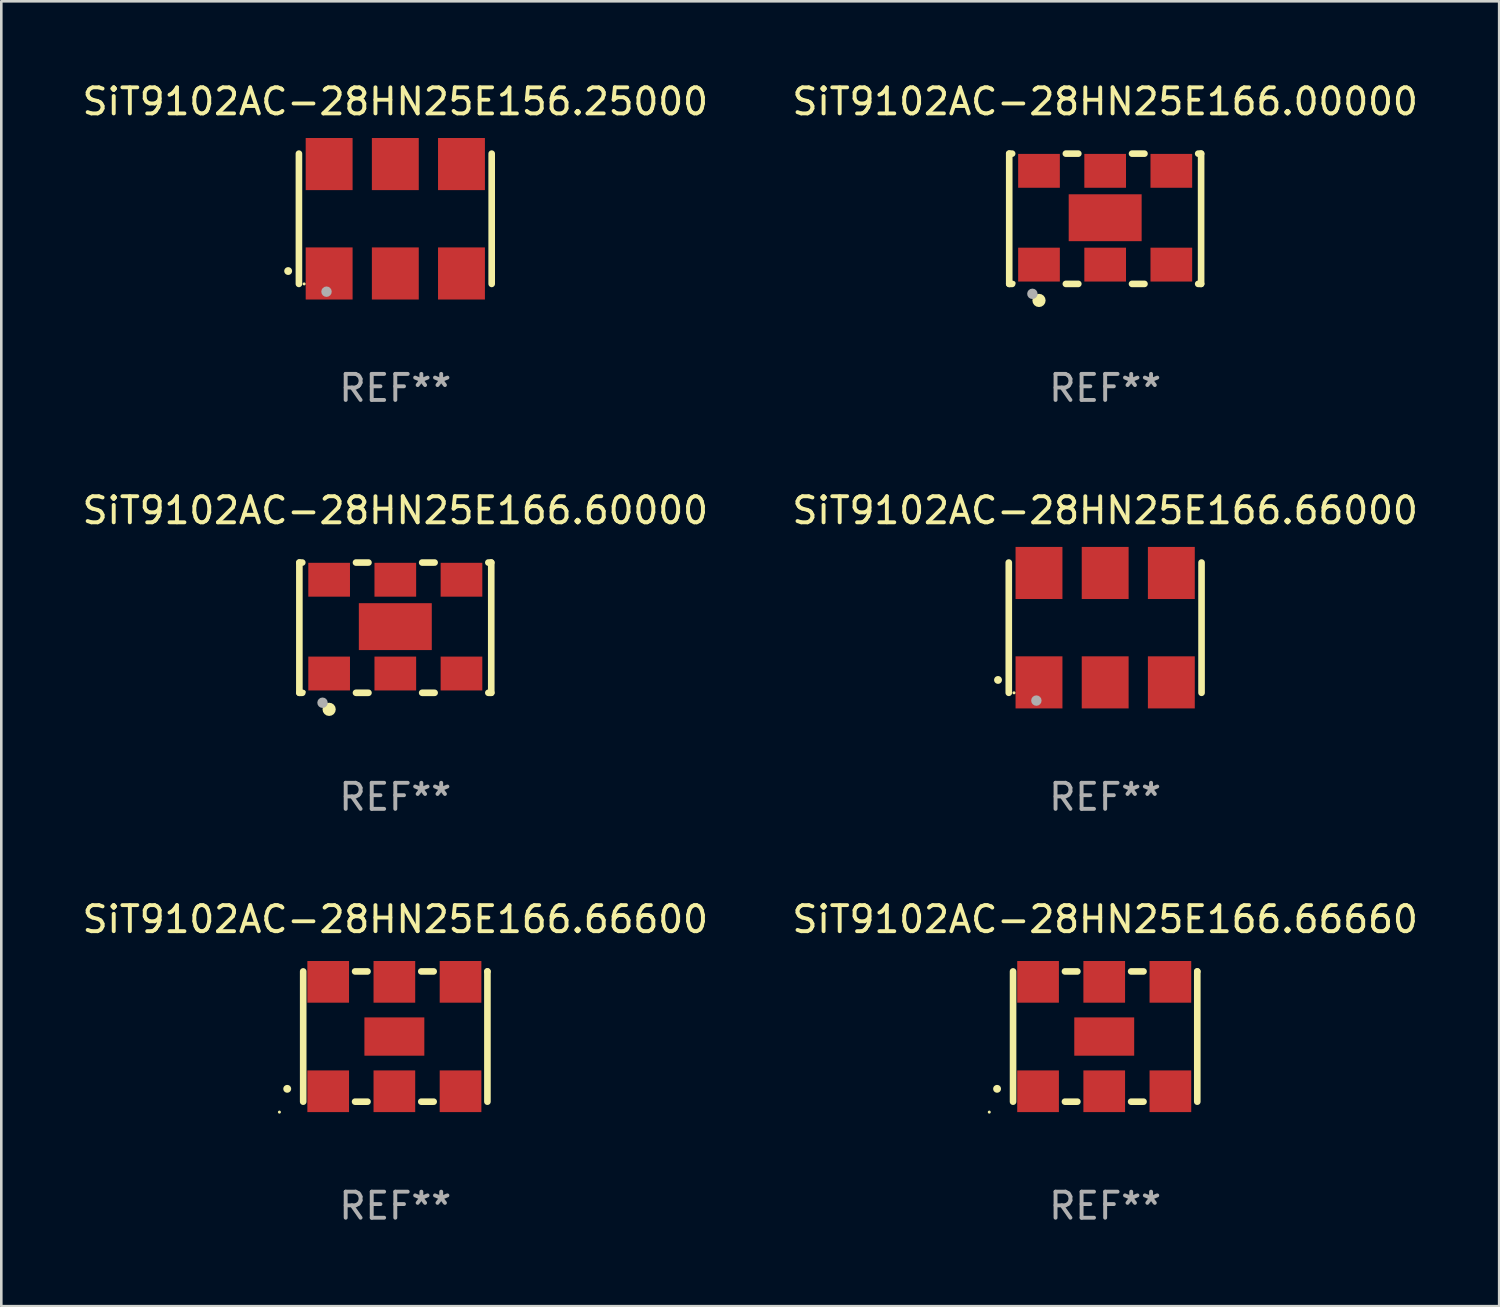
<source format=kicad_pcb>
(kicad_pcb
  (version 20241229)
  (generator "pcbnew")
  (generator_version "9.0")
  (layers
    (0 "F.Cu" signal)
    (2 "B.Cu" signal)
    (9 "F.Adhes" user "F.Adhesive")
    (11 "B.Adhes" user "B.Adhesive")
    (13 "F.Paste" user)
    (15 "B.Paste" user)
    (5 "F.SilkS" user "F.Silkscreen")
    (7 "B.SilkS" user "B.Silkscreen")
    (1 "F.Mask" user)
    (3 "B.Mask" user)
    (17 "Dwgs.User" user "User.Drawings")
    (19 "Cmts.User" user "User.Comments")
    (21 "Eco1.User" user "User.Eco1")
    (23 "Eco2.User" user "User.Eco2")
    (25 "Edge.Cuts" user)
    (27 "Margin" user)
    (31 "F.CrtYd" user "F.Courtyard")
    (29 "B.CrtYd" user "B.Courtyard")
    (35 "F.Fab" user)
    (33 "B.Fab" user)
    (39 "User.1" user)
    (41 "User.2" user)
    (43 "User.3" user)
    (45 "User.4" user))
  (footprint "SiT9102AC-28HN25E166.66660"
    (layer "F.Cu")
    (at 39.375 36.741)
    (property "Reference" "SiT9102AC-28HN25E166.66660" (at 0 -4.5 0) (layer "F.SilkS") (effects (font (size 1 1) (thickness 0.15))))
    (attr through_hole)
    (fp_line (start -3.536 -2.5) (end -3.536 2.5) (stroke (width 0.254) (type solid)) (layer "F.SilkS"))
    (fp_line (start -1.544 2.5) (end -1.067 2.5) (stroke (width 0.254) (type solid)) (layer "F.SilkS"))
    (fp_line (start -1.067 -2.5) (end -1.544 -2.5) (stroke (width 0.254) (type solid)) (layer "F.SilkS"))
    (fp_line (start 0.996 2.5) (end 1.473 2.5) (stroke (width 0.254) (type solid)) (layer "F.SilkS"))
    (fp_line (start 1.473 -2.5) (end 0.996 -2.5) (stroke (width 0.254) (type solid)) (layer "F.SilkS"))
    (fp_line (start 3.536 -2.5) (end 3.536 -2.5) (stroke (width 0.254) (type solid)) (layer "F.SilkS"))
    (fp_line (start 3.536 2.5) (end 3.536 -2.5) (stroke (width 0.254) (type solid)) (layer "F.SilkS"))
    (fp_arc (start -4.150432 2.006604) (mid -4.149162 2.006599) (end -4.147892 2.006604) (stroke (width 0.3) (type solid)) (layer "F.SilkS"))
    (fp_circle (center -4.449 2.9) (end -4.419 2.9) (stroke (width 0.06) (type solid)) (fill no) (layer "F.SilkS"))
    (fp_text user "REF**" (at 0 6.5 0) (layer "F.Fab") (effects (font (size 1 1) (thickness 0.15))))
    (pad "1" smd rect (at -2.576 2.1) (size 1.6 1.6) (layers "F.Cu" "F.Mask" "F.Paste"))
    (pad "2" smd rect (at -0.036 2.1) (size 1.6 1.6) (layers "F.Cu" "F.Mask" "F.Paste"))
    (pad "3" smd rect (at 2.504 2.1) (size 1.6 1.6) (layers "F.Cu" "F.Mask" "F.Paste"))
    (pad "4" smd rect (at 2.504 -2.1) (size 1.6 1.6) (layers "F.Cu" "F.Mask" "F.Paste"))
    (pad "5" smd rect (at -0.036 -2.1) (size 1.6 1.6) (layers "F.Cu" "F.Mask" "F.Paste"))
    (pad "6" smd rect (at -2.576 -2.1) (size 1.6 1.6) (layers "F.Cu" "F.Mask" "F.Paste"))
    (pad "7" smd rect (at -0.036 0) (size 2.3 1.47) (layers "F.Cu" "F.Mask" "F.Paste")))
  (footprint "SiT9102AC-28HN25E166.00000"
    (layer "F.Cu")
    (at 39.375 5.348)
    (property "Reference" "SiT9102AC-28HN25E166.00000" (at 0 -4.5 0) (layer "F.SilkS") (effects (font (size 1 1) (thickness 0.15))))
    (attr through_hole)
    (fp_line (start -3.683 -2.5) (end -3.571 -2.5) (stroke (width 0.254) (type solid)) (layer "F.SilkS"))
    (fp_line (start -3.683 2.5) (end -3.683 -2.5) (stroke (width 0.254) (type solid)) (layer "F.SilkS"))
    (fp_line (start -3.683 2.5) (end -3.571 2.5) (stroke (width 0.254) (type solid)) (layer "F.SilkS"))
    (fp_line (start -1.509 -2.5) (end -1.031 -2.5) (stroke (width 0.254) (type solid)) (layer "F.SilkS"))
    (fp_line (start -1.509 2.5) (end -1.031 2.5) (stroke (width 0.254) (type solid)) (layer "F.SilkS"))
    (fp_line (start 1.031 -2.5) (end 1.509 -2.5) (stroke (width 0.254) (type solid)) (layer "F.SilkS"))
    (fp_line (start 1.031 2.5) (end 1.509 2.5) (stroke (width 0.254) (type solid)) (layer "F.SilkS"))
    (fp_line (start 3.571 -2.5) (end 3.683 -2.5) (stroke (width 0.254) (type solid)) (layer "F.SilkS"))
    (fp_line (start 3.571 2.5) (end 3.683 2.5) (stroke (width 0.254) (type solid)) (layer "F.SilkS"))
    (fp_line (start 3.683 2.5) (end 3.683 -2.5) (stroke (width 0.254) (type solid)) (layer "F.SilkS"))
    (fp_circle (center -3.5 2.46) (end -3.47 2.46) (stroke (width 0.06) (type solid)) (fill no) (layer "F.SilkS"))
    (fp_circle (center -2.54 3.135) (end -2.413 3.135) (stroke (width 0.254) (type solid)) (fill no) (layer "F.SilkS"))
    (fp_circle (center -2.794 2.881) (end -2.694 2.881) (stroke (width 0.2) (type solid)) (fill no) (layer "F.Fab"))
    (fp_text user "REF**" (at 0 6.5 0) (layer "F.Fab") (effects (font (size 1 1) (thickness 0.15))))
    (pad "1" smd rect (at -2.54 1.76) (size 1.6 1.3) (layers "F.Cu" "F.Mask" "F.Paste"))
    (pad "2" smd rect (at 0 1.76) (size 1.6 1.3) (layers "F.Cu" "F.Mask" "F.Paste"))
    (pad "3" smd rect (at 2.54 1.76) (size 1.6 1.3) (layers "F.Cu" "F.Mask" "F.Paste"))
    (pad "4" smd rect (at 2.54 -1.84) (size 1.6 1.3) (layers "F.Cu" "F.Mask" "F.Paste"))
    (pad "5" smd rect (at 0 -1.84) (size 1.6 1.3) (layers "F.Cu" "F.Mask" "F.Paste"))
    (pad "6" smd rect (at -2.54 -1.84) (size 1.6 1.3) (layers "F.Cu" "F.Mask" "F.Paste"))
    (pad "7" smd rect (at 0 -0.04) (size 2.8 1.8) (layers "F.Cu" "F.Mask" "F.Paste")))
  (footprint "SiT9102AC-28HN25E156.25000"
    (layer "F.Cu")
    (at 12.125 5.348)
    (property "Reference" "SiT9102AC-28HN25E156.25000" (at 0 -4.5 0) (layer "F.SilkS") (effects (font (size 1 1) (thickness 0.15))))
    (attr through_hole)
    (fp_line (start -3.7 -2.5) (end -3.7 2.5) (stroke (width 0.254) (type solid)) (layer "F.SilkS"))
    (fp_line (start 3.7 -2.5) (end 3.7 2.5) (stroke (width 0.254) (type solid)) (layer "F.SilkS"))
    (fp_arc (start -4.114415 2.006604) (mid -4.113145 2.006599) (end -4.111875 2.006604) (stroke (width 0.3) (type solid)) (layer "F.SilkS"))
    (fp_circle (center -3.5 2.501) (end -3.47 2.501) (stroke (width 0.06) (type solid)) (fill no) (layer "F.SilkS"))
    (fp_circle (center -2.641 2.799) (end -2.541 2.799) (stroke (width 0.2) (type solid)) (fill no) (layer "F.Fab"))
    (fp_text user "REF**" (at 0 6.5 0) (layer "F.Fab") (effects (font (size 1 1) (thickness 0.15))))
    (pad "1" smd rect (at -2.54 2.1) (size 1.8 2) (layers "F.Cu" "F.Mask" "F.Paste"))
    (pad "2" smd rect (at 0.000394 2.1) (size 1.8 2) (layers "F.Cu" "F.Mask" "F.Paste"))
    (pad "3" smd rect (at 2.54 2.1) (size 1.8 2) (layers "F.Cu" "F.Mask" "F.Paste"))
    (pad "4" smd rect (at 2.54 -2.1) (size 1.8 2) (layers "F.Cu" "F.Mask" "F.Paste"))
    (pad "5" smd rect (at 0.000394 -2.1) (size 1.8 2) (layers "F.Cu" "F.Mask" "F.Paste"))
    (pad "6" smd rect (at -2.54 -2.1) (size 1.8 2) (layers "F.Cu" "F.Mask" "F.Paste")))
  (footprint "SiT9102AC-28HN25E166.60000"
    (layer "F.Cu")
    (at 12.125 21.045)
    (property "Reference" "SiT9102AC-28HN25E166.60000" (at 0 -4.5 0) (layer "F.SilkS") (effects (font (size 1 1) (thickness 0.15))))
    (attr through_hole)
    (fp_line (start -3.683 -2.5) (end -3.571 -2.5) (stroke (width 0.254) (type solid)) (layer "F.SilkS"))
    (fp_line (start -3.683 2.5) (end -3.683 -2.5) (stroke (width 0.254) (type solid)) (layer "F.SilkS"))
    (fp_line (start -3.683 2.5) (end -3.571 2.5) (stroke (width 0.254) (type solid)) (layer "F.SilkS"))
    (fp_line (start -1.509 -2.5) (end -1.031 -2.5) (stroke (width 0.254) (type solid)) (layer "F.SilkS"))
    (fp_line (start -1.509 2.5) (end -1.031 2.5) (stroke (width 0.254) (type solid)) (layer "F.SilkS"))
    (fp_line (start 1.031 -2.5) (end 1.509 -2.5) (stroke (width 0.254) (type solid)) (layer "F.SilkS"))
    (fp_line (start 1.031 2.5) (end 1.509 2.5) (stroke (width 0.254) (type solid)) (layer "F.SilkS"))
    (fp_line (start 3.571 -2.5) (end 3.683 -2.5) (stroke (width 0.254) (type solid)) (layer "F.SilkS"))
    (fp_line (start 3.571 2.5) (end 3.683 2.5) (stroke (width 0.254) (type solid)) (layer "F.SilkS"))
    (fp_line (start 3.683 2.5) (end 3.683 -2.5) (stroke (width 0.254) (type solid)) (layer "F.SilkS"))
    (fp_circle (center -3.5 2.46) (end -3.47 2.46) (stroke (width 0.06) (type solid)) (fill no) (layer "F.SilkS"))
    (fp_circle (center -2.54 3.135) (end -2.413 3.135) (stroke (width 0.254) (type solid)) (fill no) (layer "F.SilkS"))
    (fp_circle (center -2.794 2.881) (end -2.694 2.881) (stroke (width 0.2) (type solid)) (fill no) (layer "F.Fab"))
    (fp_text user "REF**" (at 0 6.5 0) (layer "F.Fab") (effects (font (size 1 1) (thickness 0.15))))
    (pad "1" smd rect (at -2.54 1.76) (size 1.6 1.3) (layers "F.Cu" "F.Mask" "F.Paste"))
    (pad "2" smd rect (at 0 1.76) (size 1.6 1.3) (layers "F.Cu" "F.Mask" "F.Paste"))
    (pad "3" smd rect (at 2.54 1.76) (size 1.6 1.3) (layers "F.Cu" "F.Mask" "F.Paste"))
    (pad "4" smd rect (at 2.54 -1.84) (size 1.6 1.3) (layers "F.Cu" "F.Mask" "F.Paste"))
    (pad "5" smd rect (at 0 -1.84) (size 1.6 1.3) (layers "F.Cu" "F.Mask" "F.Paste"))
    (pad "6" smd rect (at -2.54 -1.84) (size 1.6 1.3) (layers "F.Cu" "F.Mask" "F.Paste"))
    (pad "7" smd rect (at 0 -0.04) (size 2.8 1.8) (layers "F.Cu" "F.Mask" "F.Paste")))
  (footprint "SiT9102AC-28HN25E166.66600"
    (layer "F.Cu")
    (at 12.125 36.741)
    (property "Reference" "SiT9102AC-28HN25E166.66600" (at 0 -4.5 0) (layer "F.SilkS") (effects (font (size 1 1) (thickness 0.15))))
    (attr through_hole)
    (fp_line (start -3.536 -2.5) (end -3.536 2.5) (stroke (width 0.254) (type solid)) (layer "F.SilkS"))
    (fp_line (start -1.544 2.5) (end -1.067 2.5) (stroke (width 0.254) (type solid)) (layer "F.SilkS"))
    (fp_line (start -1.067 -2.5) (end -1.544 -2.5) (stroke (width 0.254) (type solid)) (layer "F.SilkS"))
    (fp_line (start 0.996 2.5) (end 1.473 2.5) (stroke (width 0.254) (type solid)) (layer "F.SilkS"))
    (fp_line (start 1.473 -2.5) (end 0.996 -2.5) (stroke (width 0.254) (type solid)) (layer "F.SilkS"))
    (fp_line (start 3.536 -2.5) (end 3.536 -2.5) (stroke (width 0.254) (type solid)) (layer "F.SilkS"))
    (fp_line (start 3.536 2.5) (end 3.536 -2.5) (stroke (width 0.254) (type solid)) (layer "F.SilkS"))
    (fp_arc (start -4.150432 2.006604) (mid -4.149162 2.006599) (end -4.147892 2.006604) (stroke (width 0.3) (type solid)) (layer "F.SilkS"))
    (fp_circle (center -4.449 2.9) (end -4.419 2.9) (stroke (width 0.06) (type solid)) (fill no) (layer "F.SilkS"))
    (fp_text user "REF**" (at 0 6.5 0) (layer "F.Fab") (effects (font (size 1 1) (thickness 0.15))))
    (pad "1" smd rect (at -2.576 2.1) (size 1.6 1.6) (layers "F.Cu" "F.Mask" "F.Paste"))
    (pad "2" smd rect (at -0.036 2.1) (size 1.6 1.6) (layers "F.Cu" "F.Mask" "F.Paste"))
    (pad "3" smd rect (at 2.504 2.1) (size 1.6 1.6) (layers "F.Cu" "F.Mask" "F.Paste"))
    (pad "4" smd rect (at 2.504 -2.1) (size 1.6 1.6) (layers "F.Cu" "F.Mask" "F.Paste"))
    (pad "5" smd rect (at -0.036 -2.1) (size 1.6 1.6) (layers "F.Cu" "F.Mask" "F.Paste"))
    (pad "6" smd rect (at -2.576 -2.1) (size 1.6 1.6) (layers "F.Cu" "F.Mask" "F.Paste"))
    (pad "7" smd rect (at -0.036 0) (size 2.3 1.47) (layers "F.Cu" "F.Mask" "F.Paste")))
  (footprint "SiT9102AC-28HN25E166.66000"
    (layer "F.Cu")
    (at 39.375 21.045)
    (property "Reference" "SiT9102AC-28HN25E166.66000" (at 0 -4.5 0) (layer "F.SilkS") (effects (font (size 1 1) (thickness 0.15))))
    (attr through_hole)
    (fp_line (start -3.7 -2.5) (end -3.7 2.5) (stroke (width 0.254) (type solid)) (layer "F.SilkS"))
    (fp_line (start 3.7 -2.5) (end 3.7 2.5) (stroke (width 0.254) (type solid)) (layer "F.SilkS"))
    (fp_arc (start -4.114415 2.006604) (mid -4.113145 2.006599) (end -4.111875 2.006604) (stroke (width 0.3) (type solid)) (layer "F.SilkS"))
    (fp_circle (center -3.5 2.501) (end -3.47 2.501) (stroke (width 0.06) (type solid)) (fill no) (layer "F.SilkS"))
    (fp_circle (center -2.641 2.799) (end -2.541 2.799) (stroke (width 0.2) (type solid)) (fill no) (layer "F.Fab"))
    (fp_text user "REF**" (at 0 6.5 0) (layer "F.Fab") (effects (font (size 1 1) (thickness 0.15))))
    (pad "1" smd rect (at -2.54 2.1) (size 1.8 2) (layers "F.Cu" "F.Mask" "F.Paste"))
    (pad "2" smd rect (at 0.000394 2.1) (size 1.8 2) (layers "F.Cu" "F.Mask" "F.Paste"))
    (pad "3" smd rect (at 2.54 2.1) (size 1.8 2) (layers "F.Cu" "F.Mask" "F.Paste"))
    (pad "4" smd rect (at 2.54 -2.1) (size 1.8 2) (layers "F.Cu" "F.Mask" "F.Paste"))
    (pad "5" smd rect (at 0.000394 -2.1) (size 1.8 2) (layers "F.Cu" "F.Mask" "F.Paste"))
    (pad "6" smd rect (at -2.54 -2.1) (size 1.8 2) (layers "F.Cu" "F.Mask" "F.Paste")))
  (gr_rect
    (start -3 -3)
    (end 54.5 47.09)
    (stroke (width 0.1) (type default))
    (fill no)
    (layer "Edge.Cuts")))
</source>
